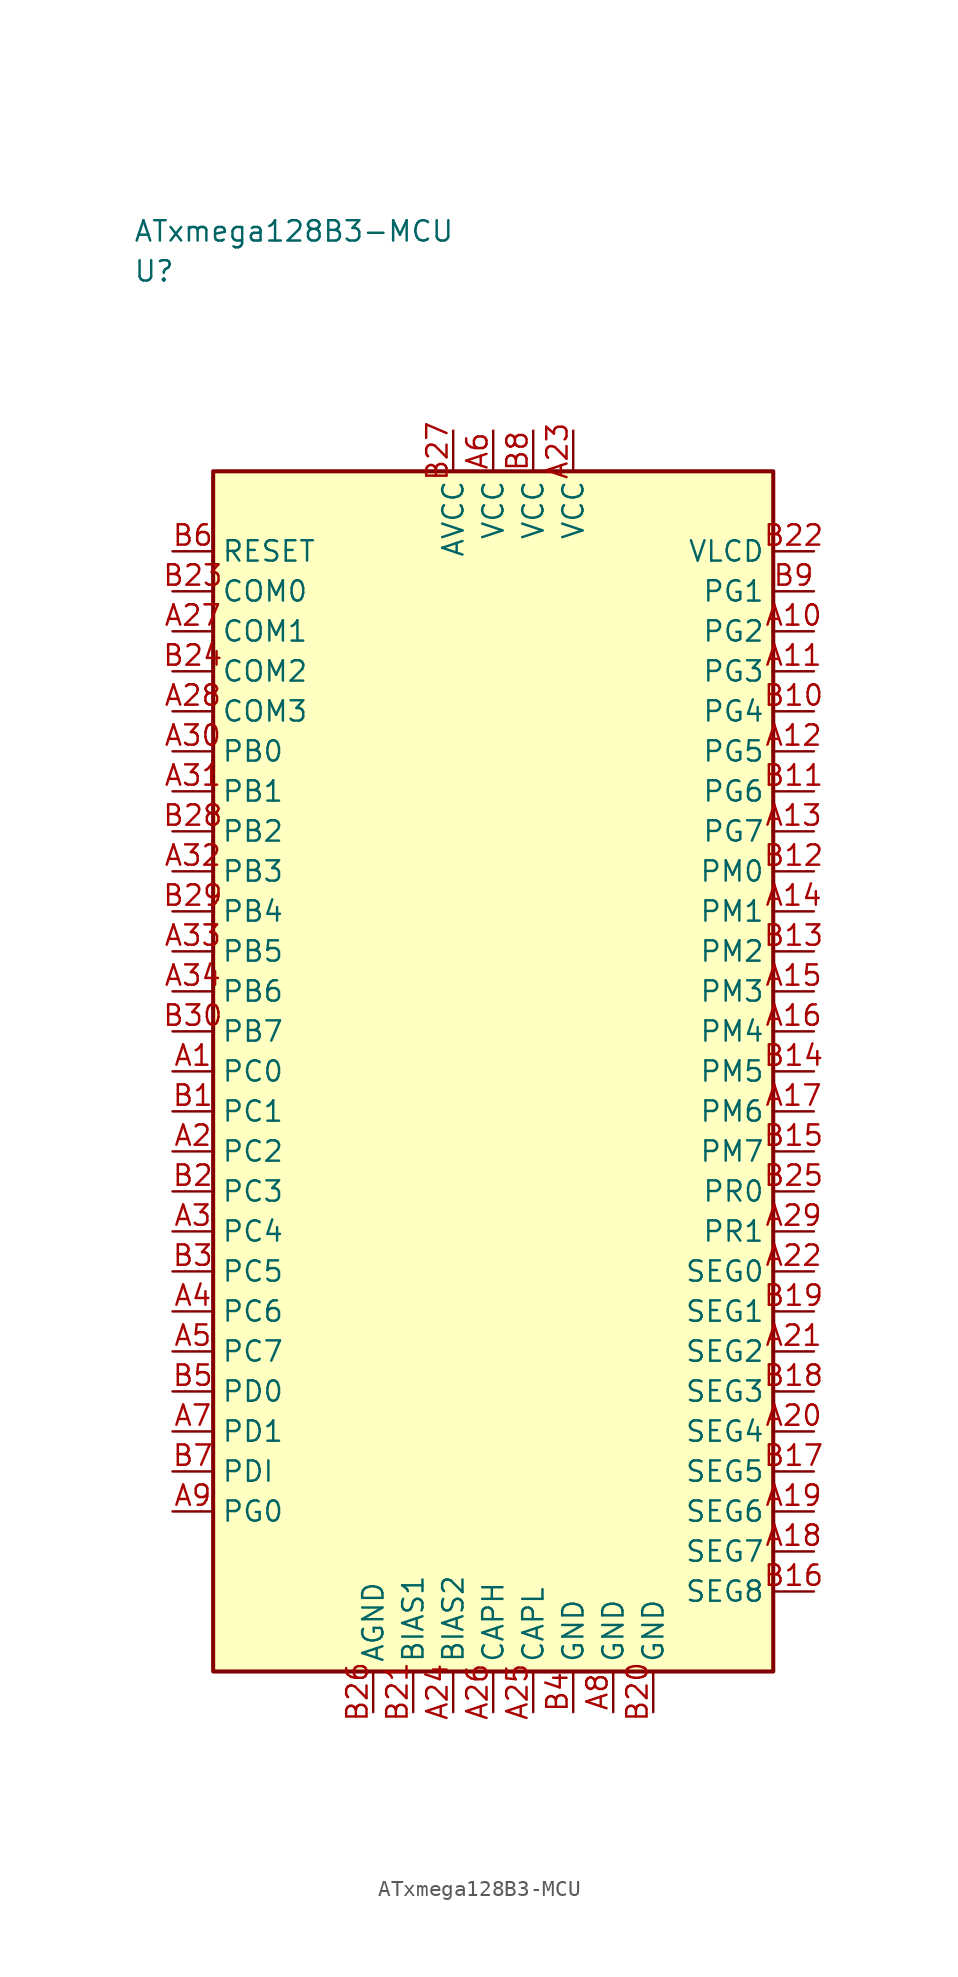
<source format=kicad_sym>
(kicad_symbol_lib
  (version 20241025)
  (generator "kicad_symbol_editor")
  (generator_version "8.0")
  (symbol "ATxmega128B3-MCU"
    (property "Reference" "U"
      (at -22.5 50.0 0)
      (effects (font (size 1.27 1.27)) (justify left)))
    (property "Value" "ATxmega128B3-MCU"
      (at -22.5 52.5 0)
      (effects (font (size 1.27 1.27)) (justify left)))
    (symbol "ATxmega128B3-MCU_0_1"
      (rectangle (start -17.5 37.5) (end 17.5 -37.5) (stroke (width 0.254) (type default)) (fill (type background))))
    (symbol "ATxmega128B3-MCU_1_1"
      (pin bidirectional line (at -20.04 0.0 0.0) (length 2.54) (name "PC0" (effects (font (size 1.27 1.27)))) (number "A1" (effects (font (size 1.27 1.27)))))
      (pin bidirectional line (at -20.04 -2.5 0.0) (length 2.54) (name "PC1" (effects (font (size 1.27 1.27)))) (number "B1" (effects (font (size 1.27 1.27)))))
      (pin bidirectional line (at -20.04 -5.0 0.0) (length 2.54) (name "PC2" (effects (font (size 1.27 1.27)))) (number "A2" (effects (font (size 1.27 1.27)))))
      (pin bidirectional line (at -20.04 -7.5 0.0) (length 2.54) (name "PC3" (effects (font (size 1.27 1.27)))) (number "B2" (effects (font (size 1.27 1.27)))))
      (pin bidirectional line (at -20.04 -10.0 0.0) (length 2.54) (name "PC4" (effects (font (size 1.27 1.27)))) (number "A3" (effects (font (size 1.27 1.27)))))
      (pin bidirectional line (at -20.04 -12.5 0.0) (length 2.54) (name "PC5" (effects (font (size 1.27 1.27)))) (number "B3" (effects (font (size 1.27 1.27)))))
      (pin bidirectional line (at -20.04 -15.0 0.0) (length 2.54) (name "PC6" (effects (font (size 1.27 1.27)))) (number "A4" (effects (font (size 1.27 1.27)))))
      (pin passive line (at 5.0 -40.04 90.0) (length 2.54) (name "GND" (effects (font (size 1.27 1.27)))) (number "B4" (effects (font (size 1.27 1.27)))))
      (pin bidirectional line (at -20.04 -17.5 0.0) (length 2.54) (name "PC7" (effects (font (size 1.27 1.27)))) (number "A5" (effects (font (size 1.27 1.27)))))
      (pin bidirectional line (at -20.04 -20.0 0.0) (length 2.54) (name "PD0" (effects (font (size 1.27 1.27)))) (number "B5" (effects (font (size 1.27 1.27)))))
      (pin power_in line (at 0.0 40.04 270.0) (length 2.54) (name "VCC" (effects (font (size 1.27 1.27)))) (number "A6" (effects (font (size 1.27 1.27)))))
      (pin input line (at -20.04 32.5 0.0) (length 2.54) (name "RESET" (effects (font (size 1.27 1.27)))) (number "B6" (effects (font (size 1.27 1.27)))))
      (pin bidirectional line (at -20.04 -22.5 0.0) (length 2.54) (name "PD1" (effects (font (size 1.27 1.27)))) (number "A7" (effects (font (size 1.27 1.27)))))
      (pin bidirectional line (at -20.04 -25.0 0.0) (length 2.54) (name "PDI" (effects (font (size 1.27 1.27)))) (number "B7" (effects (font (size 1.27 1.27)))))
      (pin passive line (at 7.5 -40.04 90.0) (length 2.54) (name "GND" (effects (font (size 1.27 1.27)))) (number "A8" (effects (font (size 1.27 1.27)))))
      (pin bidirectional line (at -20.04 -27.5 0.0) (length 2.54) (name "PG0" (effects (font (size 1.27 1.27)))) (number "A9" (effects (font (size 1.27 1.27)))))
      (pin power_in line (at 2.5 40.04 270.0) (length 2.54) (name "VCC" (effects (font (size 1.27 1.27)))) (number "B8" (effects (font (size 1.27 1.27)))))
      (pin bidirectional line (at 20.04 27.5 180.0) (length 2.54) (name "PG2" (effects (font (size 1.27 1.27)))) (number "A10" (effects (font (size 1.27 1.27)))))
      (pin bidirectional line (at 20.04 30.0 180.0) (length 2.54) (name "PG1" (effects (font (size 1.27 1.27)))) (number "B9" (effects (font (size 1.27 1.27)))))
      (pin bidirectional line (at 20.04 25.0 180.0) (length 2.54) (name "PG3" (effects (font (size 1.27 1.27)))) (number "A11" (effects (font (size 1.27 1.27)))))
      (pin bidirectional line (at 20.04 22.5 180.0) (length 2.54) (name "PG4" (effects (font (size 1.27 1.27)))) (number "B10" (effects (font (size 1.27 1.27)))))
      (pin bidirectional line (at 20.04 20.0 180.0) (length 2.54) (name "PG5" (effects (font (size 1.27 1.27)))) (number "A12" (effects (font (size 1.27 1.27)))))
      (pin bidirectional line (at 20.04 17.5 180.0) (length 2.54) (name "PG6" (effects (font (size 1.27 1.27)))) (number "B11" (effects (font (size 1.27 1.27)))))
      (pin bidirectional line (at 20.04 15.0 180.0) (length 2.54) (name "PG7" (effects (font (size 1.27 1.27)))) (number "A13" (effects (font (size 1.27 1.27)))))
      (pin bidirectional line (at 20.04 12.5 180.0) (length 2.54) (name "PM0" (effects (font (size 1.27 1.27)))) (number "B12" (effects (font (size 1.27 1.27)))))
      (pin bidirectional line (at 20.04 10.0 180.0) (length 2.54) (name "PM1" (effects (font (size 1.27 1.27)))) (number "A14" (effects (font (size 1.27 1.27)))))
      (pin bidirectional line (at 20.04 7.5 180.0) (length 2.54) (name "PM2" (effects (font (size 1.27 1.27)))) (number "B13" (effects (font (size 1.27 1.27)))))
      (pin bidirectional line (at 20.04 5.0 180.0) (length 2.54) (name "PM3" (effects (font (size 1.27 1.27)))) (number "A15" (effects (font (size 1.27 1.27)))))
      (pin bidirectional line (at 20.04 0.0 180.0) (length 2.54) (name "PM5" (effects (font (size 1.27 1.27)))) (number "B14" (effects (font (size 1.27 1.27)))))
      (pin bidirectional line (at 20.04 2.5 180.0) (length 2.54) (name "PM4" (effects (font (size 1.27 1.27)))) (number "A16" (effects (font (size 1.27 1.27)))))
      (pin bidirectional line (at 20.04 -5.0 180.0) (length 2.54) (name "PM7" (effects (font (size 1.27 1.27)))) (number "B15" (effects (font (size 1.27 1.27)))))
      (pin bidirectional line (at 20.04 -2.5 180.0) (length 2.54) (name "PM6" (effects (font (size 1.27 1.27)))) (number "A17" (effects (font (size 1.27 1.27)))))
      (pin bidirectional line (at 20.04 -30.0 180.0) (length 2.54) (name "SEG7" (effects (font (size 1.27 1.27)))) (number "A18" (effects (font (size 1.27 1.27)))))
      (pin bidirectional line (at 20.04 -32.5 180.0) (length 2.54) (name "SEG8" (effects (font (size 1.27 1.27)))) (number "B16" (effects (font (size 1.27 1.27)))))
      (pin bidirectional line (at 20.04 -27.5 180.0) (length 2.54) (name "SEG6" (effects (font (size 1.27 1.27)))) (number "A19" (effects (font (size 1.27 1.27)))))
      (pin bidirectional line (at 20.04 -25.0 180.0) (length 2.54) (name "SEG5" (effects (font (size 1.27 1.27)))) (number "B17" (effects (font (size 1.27 1.27)))))
      (pin bidirectional line (at 20.04 -22.5 180.0) (length 2.54) (name "SEG4" (effects (font (size 1.27 1.27)))) (number "A20" (effects (font (size 1.27 1.27)))))
      (pin bidirectional line (at 20.04 -20.0 180.0) (length 2.54) (name "SEG3" (effects (font (size 1.27 1.27)))) (number "B18" (effects (font (size 1.27 1.27)))))
      (pin bidirectional line (at 20.04 -17.5 180.0) (length 2.54) (name "SEG2" (effects (font (size 1.27 1.27)))) (number "A21" (effects (font (size 1.27 1.27)))))
      (pin bidirectional line (at 20.04 -15.0 180.0) (length 2.54) (name "SEG1" (effects (font (size 1.27 1.27)))) (number "B19" (effects (font (size 1.27 1.27)))))
      (pin bidirectional line (at 20.04 -12.5 180.0) (length 2.54) (name "SEG0" (effects (font (size 1.27 1.27)))) (number "A22" (effects (font (size 1.27 1.27)))))
      (pin passive line (at 10.0 -40.04 90.0) (length 2.54) (name "GND" (effects (font (size 1.27 1.27)))) (number "B20" (effects (font (size 1.27 1.27)))))
      (pin power_in line (at 5.0 40.04 270.0) (length 2.54) (name "VCC" (effects (font (size 1.27 1.27)))) (number "A23" (effects (font (size 1.27 1.27)))))
      (pin passive line (at -5.0 -40.04 90.0) (length 2.54) (name "BIAS1" (effects (font (size 1.27 1.27)))) (number "B21" (effects (font (size 1.27 1.27)))))
      (pin passive line (at -2.5 -40.04 90.0) (length 2.54) (name "BIAS2" (effects (font (size 1.27 1.27)))) (number "A24" (effects (font (size 1.27 1.27)))))
      (pin output line (at 20.04 32.5 180.0) (length 2.54) (name "VLCD" (effects (font (size 1.27 1.27)))) (number "B22" (effects (font (size 1.27 1.27)))))
      (pin passive line (at 2.5 -40.04 90.0) (length 2.54) (name "CAPL" (effects (font (size 1.27 1.27)))) (number "A25" (effects (font (size 1.27 1.27)))))
      (pin passive line (at 0.0 -40.04 90.0) (length 2.54) (name "CAPH" (effects (font (size 1.27 1.27)))) (number "A26" (effects (font (size 1.27 1.27)))))
      (pin bidirectional line (at -20.04 30.0 0.0) (length 2.54) (name "COM0" (effects (font (size 1.27 1.27)))) (number "B23" (effects (font (size 1.27 1.27)))))
      (pin bidirectional line (at -20.04 27.5 0.0) (length 2.54) (name "COM1" (effects (font (size 1.27 1.27)))) (number "A27" (effects (font (size 1.27 1.27)))))
      (pin bidirectional line (at -20.04 25.0 0.0) (length 2.54) (name "COM2" (effects (font (size 1.27 1.27)))) (number "B24" (effects (font (size 1.27 1.27)))))
      (pin bidirectional line (at -20.04 22.5 0.0) (length 2.54) (name "COM3" (effects (font (size 1.27 1.27)))) (number "A28" (effects (font (size 1.27 1.27)))))
      (pin bidirectional line (at 20.04 -7.5 180.0) (length 2.54) (name "PR0" (effects (font (size 1.27 1.27)))) (number "B25" (effects (font (size 1.27 1.27)))))
      (pin bidirectional line (at 20.04 -10.0 180.0) (length 2.54) (name "PR1" (effects (font (size 1.27 1.27)))) (number "A29" (effects (font (size 1.27 1.27)))))
      (pin passive line (at -7.5 -40.04 90.0) (length 2.54) (name "AGND" (effects (font (size 1.27 1.27)))) (number "B26" (effects (font (size 1.27 1.27)))))
      (pin bidirectional line (at -20.04 20.0 0.0) (length 2.54) (name "PB0" (effects (font (size 1.27 1.27)))) (number "A30" (effects (font (size 1.27 1.27)))))
      (pin power_in line (at -2.5 40.04 270.0) (length 2.54) (name "AVCC" (effects (font (size 1.27 1.27)))) (number "B27" (effects (font (size 1.27 1.27)))))
      (pin bidirectional line (at -20.04 17.5 0.0) (length 2.54) (name "PB1" (effects (font (size 1.27 1.27)))) (number "A31" (effects (font (size 1.27 1.27)))))
      (pin bidirectional line (at -20.04 15.0 0.0) (length 2.54) (name "PB2" (effects (font (size 1.27 1.27)))) (number "B28" (effects (font (size 1.27 1.27)))))
      (pin bidirectional line (at -20.04 12.5 0.0) (length 2.54) (name "PB3" (effects (font (size 1.27 1.27)))) (number "A32" (effects (font (size 1.27 1.27)))))
      (pin bidirectional line (at -20.04 10.0 0.0) (length 2.54) (name "PB4" (effects (font (size 1.27 1.27)))) (number "B29" (effects (font (size 1.27 1.27)))))
      (pin bidirectional line (at -20.04 7.5 0.0) (length 2.54) (name "PB5" (effects (font (size 1.27 1.27)))) (number "A33" (effects (font (size 1.27 1.27)))))
      (pin bidirectional line (at -20.04 2.5 0.0) (length 2.54) (name "PB7" (effects (font (size 1.27 1.27)))) (number "B30" (effects (font (size 1.27 1.27)))))
      (pin bidirectional line (at -20.04 5.0 0.0) (length 2.54) (name "PB6" (effects (font (size 1.27 1.27)))) (number "A34" (effects (font (size 1.27 1.27))))))))
</source>
